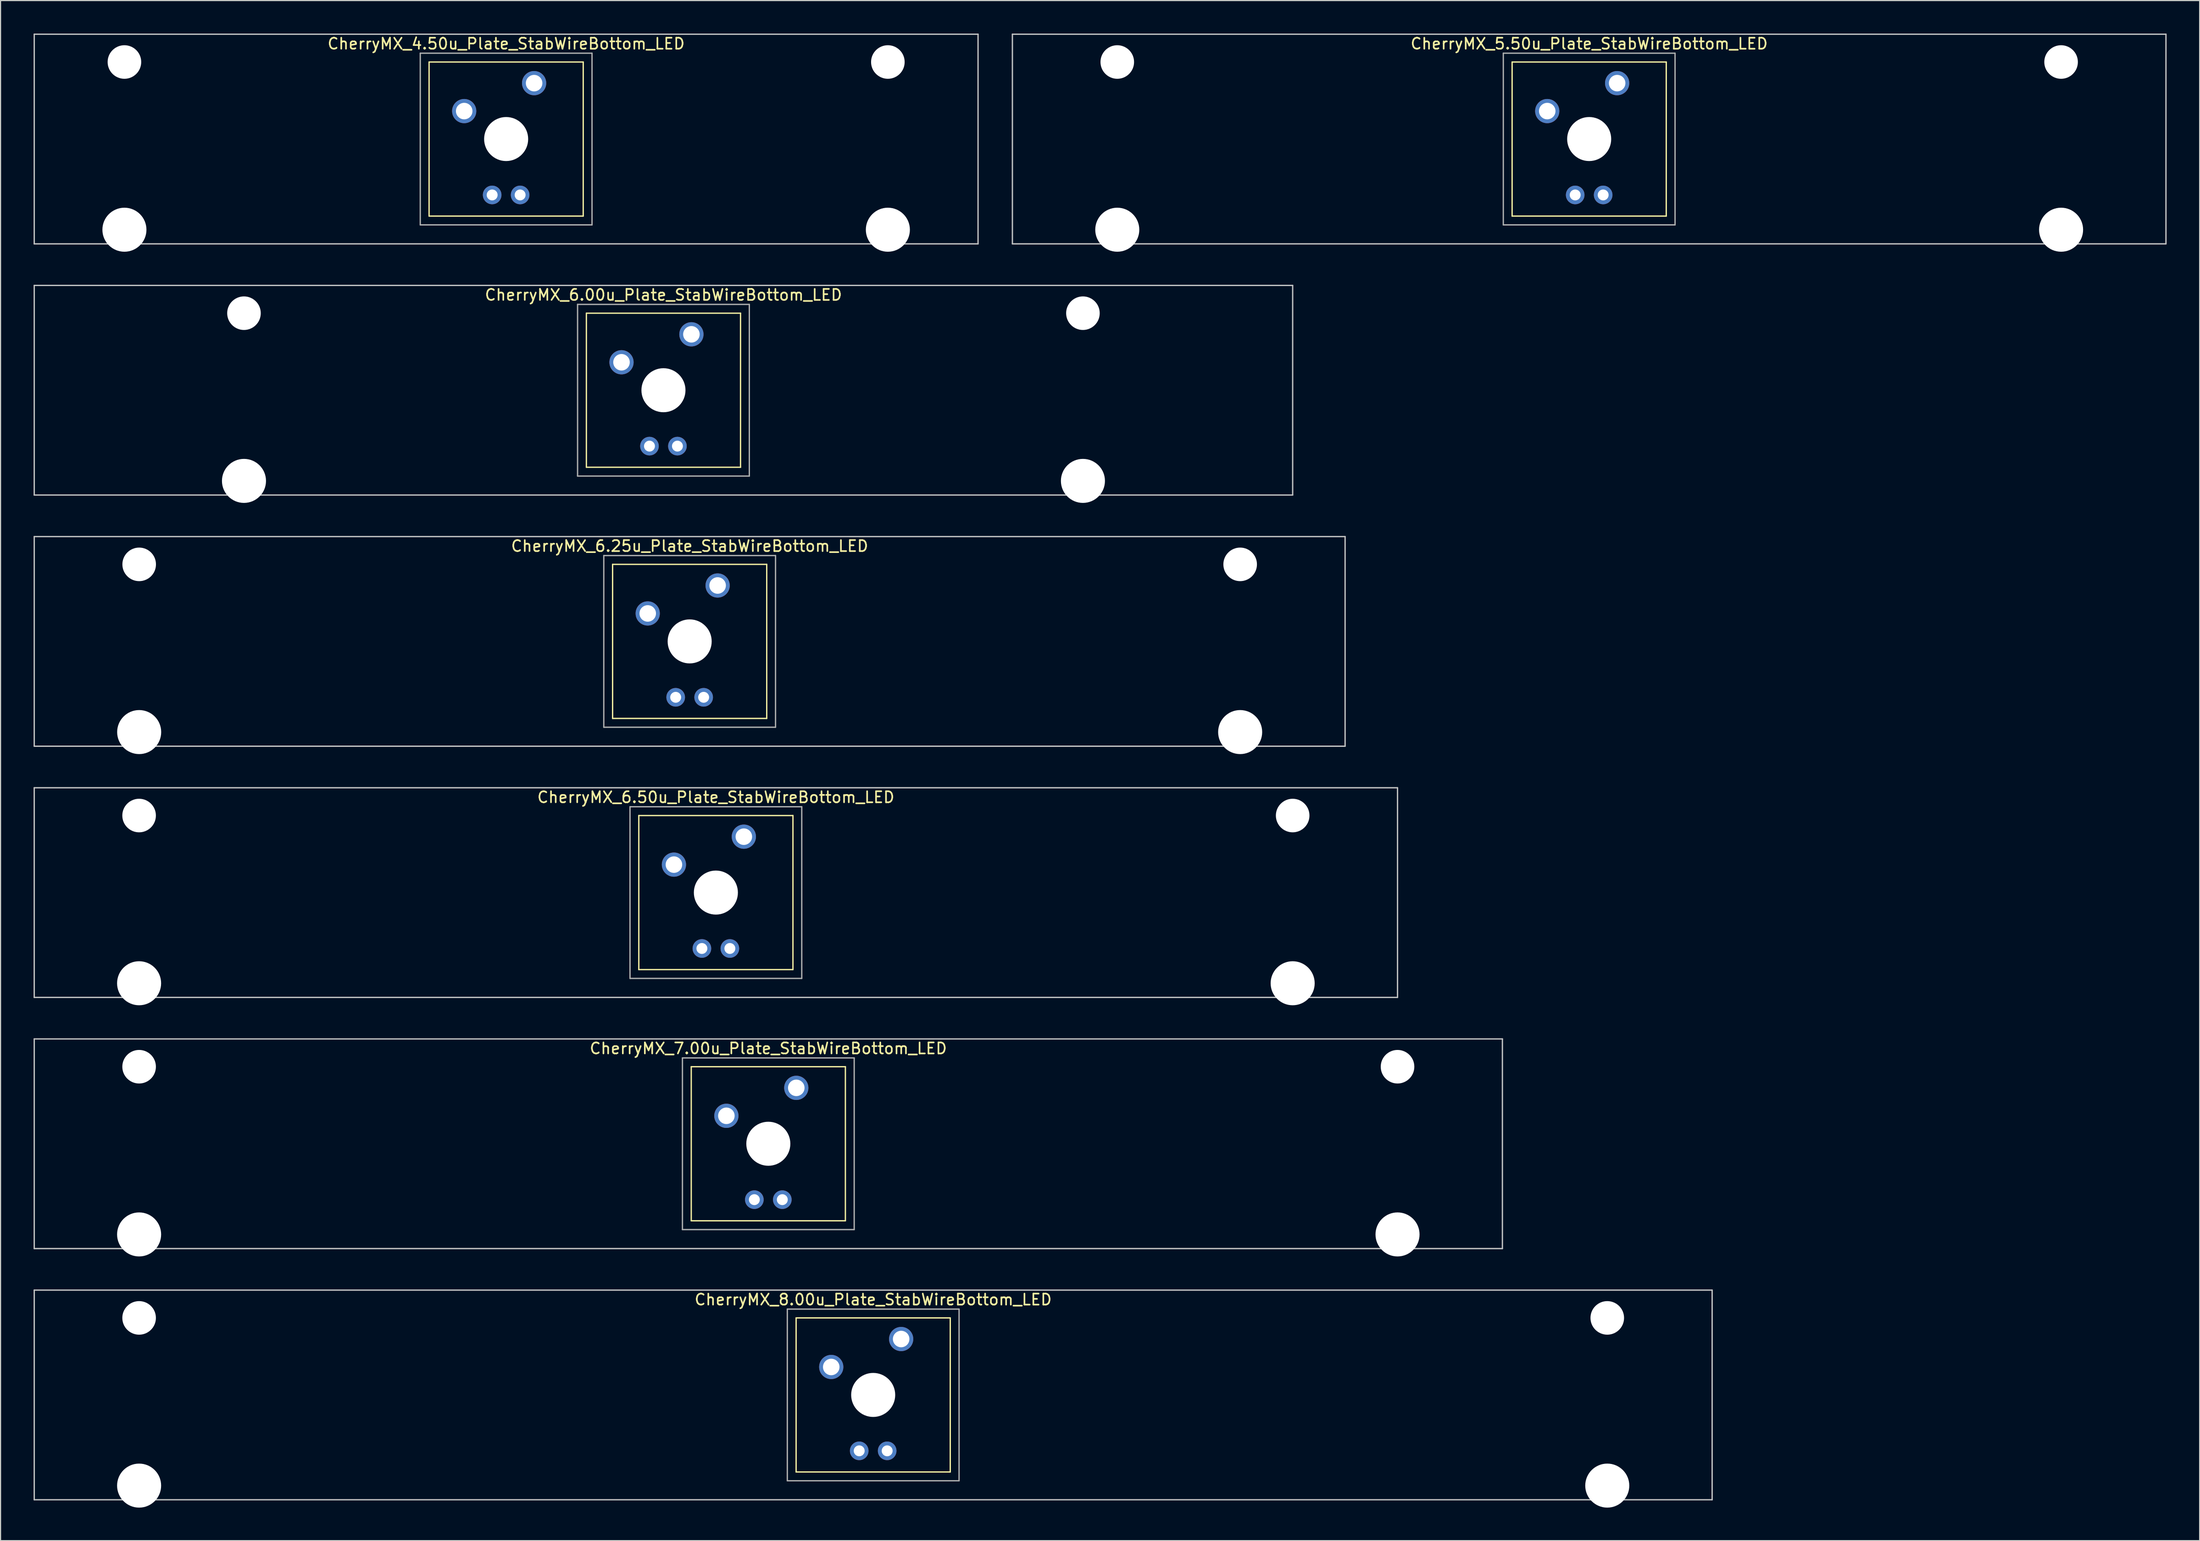
<source format=kicad_pcb>
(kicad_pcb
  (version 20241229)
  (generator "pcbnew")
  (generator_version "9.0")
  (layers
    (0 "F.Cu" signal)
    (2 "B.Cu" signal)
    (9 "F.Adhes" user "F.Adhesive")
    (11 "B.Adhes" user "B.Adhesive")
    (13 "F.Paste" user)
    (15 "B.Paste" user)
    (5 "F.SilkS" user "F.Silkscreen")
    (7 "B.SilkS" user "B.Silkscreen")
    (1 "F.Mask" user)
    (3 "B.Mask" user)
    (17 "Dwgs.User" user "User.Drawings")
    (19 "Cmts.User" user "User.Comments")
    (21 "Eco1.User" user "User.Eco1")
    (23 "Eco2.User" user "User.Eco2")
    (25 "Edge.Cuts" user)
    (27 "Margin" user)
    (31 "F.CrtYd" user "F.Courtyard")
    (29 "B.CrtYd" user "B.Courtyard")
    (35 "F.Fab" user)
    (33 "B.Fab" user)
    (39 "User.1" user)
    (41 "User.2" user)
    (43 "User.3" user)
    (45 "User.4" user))
  (footprint "CherryMX_6.50u_Plate_StabWireBottom_LED"
    (layer "F.Cu")
    (at 61.972 78.06)
    (property "Reference" "CherryMX_6.50u_Plate_StabWireBottom_LED" (at 0 -8.662 0) (layer "F.SilkS") (effects (font (size 1 1) (thickness 0.15))))
    (attr through_hole)
    (fp_line (start -7 -7) (end -7 7) (stroke (width 0.12) (type solid)) (layer "F.SilkS"))
    (fp_line (start -7 -7) (end 7 -7) (stroke (width 0.12) (type solid)) (layer "F.SilkS"))
    (fp_line (start 7 -7) (end 7 7) (stroke (width 0.12) (type solid)) (layer "F.SilkS"))
    (fp_line (start 7 7) (end -7 7) (stroke (width 0.12) (type solid)) (layer "F.SilkS"))
    (fp_line (start -61.913 -9.525) (end 61.913 -9.525) (stroke (width 0.12) (type solid)) (layer "Dwgs.User"))
    (fp_line (start -61.913 9.525) (end -61.913 -9.525) (stroke (width 0.12) (type solid)) (layer "Dwgs.User"))
    (fp_line (start 61.913 -9.525) (end 61.913 9.525) (stroke (width 0.12) (type solid)) (layer "Dwgs.User"))
    (fp_line (start 61.913 9.525) (end -61.913 9.525) (stroke (width 0.12) (type solid)) (layer "Dwgs.User"))
    (fp_line (start -7.8 -7.8) (end -7.8 7.8) (stroke (width 0.12) (type solid)) (layer "F.Fab"))
    (fp_line (start -7.8 -7.8) (end 7.8 -7.8) (stroke (width 0.12) (type solid)) (layer "F.Fab"))
    (fp_line (start -7.8 7.8) (end 7.8 7.8) (stroke (width 0.12) (type solid)) (layer "F.Fab"))
    (fp_line (start 7.8 -7.8) (end 7.8 7.8) (stroke (width 0.12) (type solid)) (layer "F.Fab"))
    (pad "" np_thru_hole circle (at -52.388 -7) (size 3.05 3.05) (drill 3.05) (layers "*.Cu" "*.Mask"))
    (pad "" np_thru_hole circle (at -52.388 8.24) (size 4 4) (drill 4) (layers "*.Cu" "*.Mask"))
    (pad "" np_thru_hole circle (at 0 0) (size 4 4) (drill 4) (layers "*.Cu" "*.Mask"))
    (pad "" np_thru_hole circle (at 52.388 -7) (size 3.05 3.05) (drill 3.05) (layers "*.Cu" "*.Mask"))
    (pad "" np_thru_hole circle (at 52.388 8.24) (size 4 4) (drill 4) (layers "*.Cu" "*.Mask"))
    (pad "1" thru_hole circle (at -3.81 -2.54) (size 2.2 2.2) (drill 1.5) (layers "*.Cu" "*.Mask"))
    (pad "2" thru_hole circle (at 2.54 -5.08) (size 2.2 2.2) (drill 1.5) (layers "*.Cu" "*.Mask"))
    (pad "3" thru_hole circle (at -1.27 5.08) (size 1.691 1.691) (drill 0.991) (layers "*.Cu" "*.Mask"))
    (pad "4" thru_hole circle (at 1.27 5.08) (size 1.691 1.691) (drill 0.991) (layers "*.Cu" "*.Mask")))
  (footprint "CherryMX_6.00u_Plate_StabWireBottom_LED"
    (layer "F.Cu")
    (at 57.21 32.41)
    (property "Reference" "CherryMX_6.00u_Plate_StabWireBottom_LED" (at 0 -8.662 0) (layer "F.SilkS") (effects (font (size 1 1) (thickness 0.15))))
    (attr through_hole)
    (fp_line (start -7 -7) (end -7 7) (stroke (width 0.12) (type solid)) (layer "F.SilkS"))
    (fp_line (start -7 -7) (end 7 -7) (stroke (width 0.12) (type solid)) (layer "F.SilkS"))
    (fp_line (start 7 -7) (end 7 7) (stroke (width 0.12) (type solid)) (layer "F.SilkS"))
    (fp_line (start 7 7) (end -7 7) (stroke (width 0.12) (type solid)) (layer "F.SilkS"))
    (fp_line (start -57.15 -9.525) (end 57.15 -9.525) (stroke (width 0.12) (type solid)) (layer "Dwgs.User"))
    (fp_line (start -57.15 9.525) (end -57.15 -9.525) (stroke (width 0.12) (type solid)) (layer "Dwgs.User"))
    (fp_line (start 57.15 -9.525) (end 57.15 9.525) (stroke (width 0.12) (type solid)) (layer "Dwgs.User"))
    (fp_line (start 57.15 9.525) (end -57.15 9.525) (stroke (width 0.12) (type solid)) (layer "Dwgs.User"))
    (fp_line (start -7.8 -7.8) (end -7.8 7.8) (stroke (width 0.12) (type solid)) (layer "F.Fab"))
    (fp_line (start -7.8 -7.8) (end 7.8 -7.8) (stroke (width 0.12) (type solid)) (layer "F.Fab"))
    (fp_line (start -7.8 7.8) (end 7.8 7.8) (stroke (width 0.12) (type solid)) (layer "F.Fab"))
    (fp_line (start 7.8 -7.8) (end 7.8 7.8) (stroke (width 0.12) (type solid)) (layer "F.Fab"))
    (pad "" np_thru_hole circle (at -38.1 -7) (size 3.05 3.05) (drill 3.05) (layers "*.Cu" "*.Mask"))
    (pad "" np_thru_hole circle (at -38.1 8.24) (size 4 4) (drill 4) (layers "*.Cu" "*.Mask"))
    (pad "" np_thru_hole circle (at 0 0) (size 4 4) (drill 4) (layers "*.Cu" "*.Mask"))
    (pad "" np_thru_hole circle (at 38.1 -7) (size 3.05 3.05) (drill 3.05) (layers "*.Cu" "*.Mask"))
    (pad "" np_thru_hole circle (at 38.1 8.24) (size 4 4) (drill 4) (layers "*.Cu" "*.Mask"))
    (pad "1" thru_hole circle (at -3.81 -2.54) (size 2.2 2.2) (drill 1.5) (layers "*.Cu" "*.Mask"))
    (pad "2" thru_hole circle (at 2.54 -5.08) (size 2.2 2.2) (drill 1.5) (layers "*.Cu" "*.Mask"))
    (pad "3" thru_hole circle (at -1.27 5.08) (size 1.691 1.691) (drill 0.991) (layers "*.Cu" "*.Mask"))
    (pad "4" thru_hole circle (at 1.27 5.08) (size 1.691 1.691) (drill 0.991) (layers "*.Cu" "*.Mask")))
  (footprint "CherryMX_5.50u_Plate_StabWireBottom_LED"
    (layer "F.Cu")
    (at 141.292 9.585)
    (property "Reference" "CherryMX_5.50u_Plate_StabWireBottom_LED" (at 0 -8.662 0) (layer "F.SilkS") (effects (font (size 1 1) (thickness 0.15))))
    (attr through_hole)
    (fp_line (start -7 -7) (end -7 7) (stroke (width 0.12) (type solid)) (layer "F.SilkS"))
    (fp_line (start -7 -7) (end 7 -7) (stroke (width 0.12) (type solid)) (layer "F.SilkS"))
    (fp_line (start 7 -7) (end 7 7) (stroke (width 0.12) (type solid)) (layer "F.SilkS"))
    (fp_line (start 7 7) (end -7 7) (stroke (width 0.12) (type solid)) (layer "F.SilkS"))
    (fp_line (start -52.388 -9.525) (end 52.388 -9.525) (stroke (width 0.12) (type solid)) (layer "Dwgs.User"))
    (fp_line (start -52.388 9.525) (end -52.388 -9.525) (stroke (width 0.12) (type solid)) (layer "Dwgs.User"))
    (fp_line (start 52.388 -9.525) (end 52.388 9.525) (stroke (width 0.12) (type solid)) (layer "Dwgs.User"))
    (fp_line (start 52.388 9.525) (end -52.388 9.525) (stroke (width 0.12) (type solid)) (layer "Dwgs.User"))
    (fp_line (start -7.8 -7.8) (end -7.8 7.8) (stroke (width 0.12) (type solid)) (layer "F.Fab"))
    (fp_line (start -7.8 -7.8) (end 7.8 -7.8) (stroke (width 0.12) (type solid)) (layer "F.Fab"))
    (fp_line (start -7.8 7.8) (end 7.8 7.8) (stroke (width 0.12) (type solid)) (layer "F.Fab"))
    (fp_line (start 7.8 -7.8) (end 7.8 7.8) (stroke (width 0.12) (type solid)) (layer "F.Fab"))
    (pad "" np_thru_hole circle (at -42.862 -7) (size 3.05 3.05) (drill 3.05) (layers "*.Cu" "*.Mask"))
    (pad "" np_thru_hole circle (at -42.862 8.24) (size 4 4) (drill 4) (layers "*.Cu" "*.Mask"))
    (pad "" np_thru_hole circle (at 0 0) (size 4 4) (drill 4) (layers "*.Cu" "*.Mask"))
    (pad "" np_thru_hole circle (at 42.862 -7) (size 3.05 3.05) (drill 3.05) (layers "*.Cu" "*.Mask"))
    (pad "" np_thru_hole circle (at 42.862 8.24) (size 4 4) (drill 4) (layers "*.Cu" "*.Mask"))
    (pad "1" thru_hole circle (at -3.81 -2.54) (size 2.2 2.2) (drill 1.5) (layers "*.Cu" "*.Mask"))
    (pad "2" thru_hole circle (at 2.54 -5.08) (size 2.2 2.2) (drill 1.5) (layers "*.Cu" "*.Mask"))
    (pad "3" thru_hole circle (at -1.27 5.08) (size 1.691 1.691) (drill 0.991) (layers "*.Cu" "*.Mask"))
    (pad "4" thru_hole circle (at 1.27 5.08) (size 1.691 1.691) (drill 0.991) (layers "*.Cu" "*.Mask")))
  (footprint "CherryMX_4.50u_Plate_StabWireBottom_LED"
    (layer "F.Cu")
    (at 42.922 9.585)
    (property "Reference" "CherryMX_4.50u_Plate_StabWireBottom_LED" (at 0 -8.662 0) (layer "F.SilkS") (effects (font (size 1 1) (thickness 0.15))))
    (attr through_hole)
    (fp_line (start -7 -7) (end -7 7) (stroke (width 0.12) (type solid)) (layer "F.SilkS"))
    (fp_line (start -7 -7) (end 7 -7) (stroke (width 0.12) (type solid)) (layer "F.SilkS"))
    (fp_line (start 7 -7) (end 7 7) (stroke (width 0.12) (type solid)) (layer "F.SilkS"))
    (fp_line (start 7 7) (end -7 7) (stroke (width 0.12) (type solid)) (layer "F.SilkS"))
    (fp_line (start -42.862 -9.525) (end 42.862 -9.525) (stroke (width 0.12) (type solid)) (layer "Dwgs.User"))
    (fp_line (start -42.862 9.525) (end -42.862 -9.525) (stroke (width 0.12) (type solid)) (layer "Dwgs.User"))
    (fp_line (start 42.862 -9.525) (end 42.862 9.525) (stroke (width 0.12) (type solid)) (layer "Dwgs.User"))
    (fp_line (start 42.862 9.525) (end -42.862 9.525) (stroke (width 0.12) (type solid)) (layer "Dwgs.User"))
    (fp_line (start -7.8 -7.8) (end -7.8 7.8) (stroke (width 0.12) (type solid)) (layer "F.Fab"))
    (fp_line (start -7.8 -7.8) (end 7.8 -7.8) (stroke (width 0.12) (type solid)) (layer "F.Fab"))
    (fp_line (start -7.8 7.8) (end 7.8 7.8) (stroke (width 0.12) (type solid)) (layer "F.Fab"))
    (fp_line (start 7.8 -7.8) (end 7.8 7.8) (stroke (width 0.12) (type solid)) (layer "F.Fab"))
    (pad "" np_thru_hole circle (at -34.671 -7) (size 3.05 3.05) (drill 3.05) (layers "*.Cu" "*.Mask"))
    (pad "" np_thru_hole circle (at -34.671 8.24) (size 4 4) (drill 4) (layers "*.Cu" "*.Mask"))
    (pad "" np_thru_hole circle (at 0 0) (size 4 4) (drill 4) (layers "*.Cu" "*.Mask"))
    (pad "" np_thru_hole circle (at 34.671 -7) (size 3.05 3.05) (drill 3.05) (layers "*.Cu" "*.Mask"))
    (pad "" np_thru_hole circle (at 34.671 8.24) (size 4 4) (drill 4) (layers "*.Cu" "*.Mask"))
    (pad "1" thru_hole circle (at -3.81 -2.54) (size 2.2 2.2) (drill 1.5) (layers "*.Cu" "*.Mask"))
    (pad "2" thru_hole circle (at 2.54 -5.08) (size 2.2 2.2) (drill 1.5) (layers "*.Cu" "*.Mask"))
    (pad "3" thru_hole circle (at -1.27 5.08) (size 1.691 1.691) (drill 0.991) (layers "*.Cu" "*.Mask"))
    (pad "4" thru_hole circle (at 1.27 5.08) (size 1.691 1.691) (drill 0.991) (layers "*.Cu" "*.Mask")))
  (footprint "CherryMX_7.00u_Plate_StabWireBottom_LED"
    (layer "F.Cu")
    (at 66.735 100.885)
    (property "Reference" "CherryMX_7.00u_Plate_StabWireBottom_LED" (at 0 -8.662 0) (layer "F.SilkS") (effects (font (size 1 1) (thickness 0.15))))
    (attr through_hole)
    (fp_line (start -7 -7) (end -7 7) (stroke (width 0.12) (type solid)) (layer "F.SilkS"))
    (fp_line (start -7 -7) (end 7 -7) (stroke (width 0.12) (type solid)) (layer "F.SilkS"))
    (fp_line (start 7 -7) (end 7 7) (stroke (width 0.12) (type solid)) (layer "F.SilkS"))
    (fp_line (start 7 7) (end -7 7) (stroke (width 0.12) (type solid)) (layer "F.SilkS"))
    (fp_line (start -66.675 -9.525) (end 66.675 -9.525) (stroke (width 0.12) (type solid)) (layer "Dwgs.User"))
    (fp_line (start -66.675 9.525) (end -66.675 -9.525) (stroke (width 0.12) (type solid)) (layer "Dwgs.User"))
    (fp_line (start 66.675 -9.525) (end 66.675 9.525) (stroke (width 0.12) (type solid)) (layer "Dwgs.User"))
    (fp_line (start 66.675 9.525) (end -66.675 9.525) (stroke (width 0.12) (type solid)) (layer "Dwgs.User"))
    (fp_line (start -7.8 -7.8) (end -7.8 7.8) (stroke (width 0.12) (type solid)) (layer "F.Fab"))
    (fp_line (start -7.8 -7.8) (end 7.8 -7.8) (stroke (width 0.12) (type solid)) (layer "F.Fab"))
    (fp_line (start -7.8 7.8) (end 7.8 7.8) (stroke (width 0.12) (type solid)) (layer "F.Fab"))
    (fp_line (start 7.8 -7.8) (end 7.8 7.8) (stroke (width 0.12) (type solid)) (layer "F.Fab"))
    (pad "" np_thru_hole circle (at -57.15 -7) (size 3.05 3.05) (drill 3.05) (layers "*.Cu" "*.Mask"))
    (pad "" np_thru_hole circle (at -57.15 8.24) (size 4 4) (drill 4) (layers "*.Cu" "*.Mask"))
    (pad "" np_thru_hole circle (at 0 0) (size 4 4) (drill 4) (layers "*.Cu" "*.Mask"))
    (pad "" np_thru_hole circle (at 57.15 -7) (size 3.05 3.05) (drill 3.05) (layers "*.Cu" "*.Mask"))
    (pad "" np_thru_hole circle (at 57.15 8.24) (size 4 4) (drill 4) (layers "*.Cu" "*.Mask"))
    (pad "1" thru_hole circle (at -3.81 -2.54) (size 2.2 2.2) (drill 1.5) (layers "*.Cu" "*.Mask"))
    (pad "2" thru_hole circle (at 2.54 -5.08) (size 2.2 2.2) (drill 1.5) (layers "*.Cu" "*.Mask"))
    (pad "3" thru_hole circle (at -1.27 5.08) (size 1.691 1.691) (drill 0.991) (layers "*.Cu" "*.Mask"))
    (pad "4" thru_hole circle (at 1.27 5.08) (size 1.691 1.691) (drill 0.991) (layers "*.Cu" "*.Mask")))
  (footprint "CherryMX_6.25u_Plate_StabWireBottom_LED"
    (layer "F.Cu")
    (at 59.591 55.235)
    (property "Reference" "CherryMX_6.25u_Plate_StabWireBottom_LED" (at 0 -8.662 0) (layer "F.SilkS") (effects (font (size 1 1) (thickness 0.15))))
    (attr through_hole)
    (fp_line (start -7 -7) (end -7 7) (stroke (width 0.12) (type solid)) (layer "F.SilkS"))
    (fp_line (start -7 -7) (end 7 -7) (stroke (width 0.12) (type solid)) (layer "F.SilkS"))
    (fp_line (start 7 -7) (end 7 7) (stroke (width 0.12) (type solid)) (layer "F.SilkS"))
    (fp_line (start 7 7) (end -7 7) (stroke (width 0.12) (type solid)) (layer "F.SilkS"))
    (fp_line (start -59.531 -9.525) (end 59.531 -9.525) (stroke (width 0.12) (type solid)) (layer "Dwgs.User"))
    (fp_line (start -59.531 9.525) (end -59.531 -9.525) (stroke (width 0.12) (type solid)) (layer "Dwgs.User"))
    (fp_line (start 59.531 -9.525) (end 59.531 9.525) (stroke (width 0.12) (type solid)) (layer "Dwgs.User"))
    (fp_line (start 59.531 9.525) (end -59.531 9.525) (stroke (width 0.12) (type solid)) (layer "Dwgs.User"))
    (fp_line (start -7.8 -7.8) (end -7.8 7.8) (stroke (width 0.12) (type solid)) (layer "F.Fab"))
    (fp_line (start -7.8 -7.8) (end 7.8 -7.8) (stroke (width 0.12) (type solid)) (layer "F.Fab"))
    (fp_line (start -7.8 7.8) (end 7.8 7.8) (stroke (width 0.12) (type solid)) (layer "F.Fab"))
    (fp_line (start 7.8 -7.8) (end 7.8 7.8) (stroke (width 0.12) (type solid)) (layer "F.Fab"))
    (pad "" np_thru_hole circle (at -50 -7) (size 3.05 3.05) (drill 3.05) (layers "*.Cu" "*.Mask"))
    (pad "" np_thru_hole circle (at -50 8.24) (size 4 4) (drill 4) (layers "*.Cu" "*.Mask"))
    (pad "" np_thru_hole circle (at 0 0) (size 4 4) (drill 4) (layers "*.Cu" "*.Mask"))
    (pad "" np_thru_hole circle (at 50 -7) (size 3.05 3.05) (drill 3.05) (layers "*.Cu" "*.Mask"))
    (pad "" np_thru_hole circle (at 50 8.24) (size 4 4) (drill 4) (layers "*.Cu" "*.Mask"))
    (pad "1" thru_hole circle (at -3.81 -2.54) (size 2.2 2.2) (drill 1.5) (layers "*.Cu" "*.Mask"))
    (pad "2" thru_hole circle (at 2.54 -5.08) (size 2.2 2.2) (drill 1.5) (layers "*.Cu" "*.Mask"))
    (pad "3" thru_hole circle (at -1.27 5.08) (size 1.691 1.691) (drill 0.991) (layers "*.Cu" "*.Mask"))
    (pad "4" thru_hole circle (at 1.27 5.08) (size 1.691 1.691) (drill 0.991) (layers "*.Cu" "*.Mask")))
  (footprint "CherryMX_8.00u_Plate_StabWireBottom_LED"
    (layer "F.Cu")
    (at 76.26 123.71)
    (property "Reference" "CherryMX_8.00u_Plate_StabWireBottom_LED" (at 0 -8.662 0) (layer "F.SilkS") (effects (font (size 1 1) (thickness 0.15))))
    (attr through_hole)
    (fp_line (start -7 -7) (end -7 7) (stroke (width 0.12) (type solid)) (layer "F.SilkS"))
    (fp_line (start -7 -7) (end 7 -7) (stroke (width 0.12) (type solid)) (layer "F.SilkS"))
    (fp_line (start 7 -7) (end 7 7) (stroke (width 0.12) (type solid)) (layer "F.SilkS"))
    (fp_line (start 7 7) (end -7 7) (stroke (width 0.12) (type solid)) (layer "F.SilkS"))
    (fp_line (start -76.2 -9.525) (end 76.2 -9.525) (stroke (width 0.12) (type solid)) (layer "Dwgs.User"))
    (fp_line (start -76.2 9.525) (end -76.2 -9.525) (stroke (width 0.12) (type solid)) (layer "Dwgs.User"))
    (fp_line (start 76.2 -9.525) (end 76.2 9.525) (stroke (width 0.12) (type solid)) (layer "Dwgs.User"))
    (fp_line (start 76.2 9.525) (end -76.2 9.525) (stroke (width 0.12) (type solid)) (layer "Dwgs.User"))
    (fp_line (start -7.8 -7.8) (end -7.8 7.8) (stroke (width 0.12) (type solid)) (layer "F.Fab"))
    (fp_line (start -7.8 -7.8) (end 7.8 -7.8) (stroke (width 0.12) (type solid)) (layer "F.Fab"))
    (fp_line (start -7.8 7.8) (end 7.8 7.8) (stroke (width 0.12) (type solid)) (layer "F.Fab"))
    (fp_line (start 7.8 -7.8) (end 7.8 7.8) (stroke (width 0.12) (type solid)) (layer "F.Fab"))
    (pad "" np_thru_hole circle (at -66.675 -7) (size 3.05 3.05) (drill 3.05) (layers "*.Cu" "*.Mask"))
    (pad "" np_thru_hole circle (at -66.675 8.24) (size 4 4) (drill 4) (layers "*.Cu" "*.Mask"))
    (pad "" np_thru_hole circle (at 0 0) (size 4 4) (drill 4) (layers "*.Cu" "*.Mask"))
    (pad "" np_thru_hole circle (at 66.675 -7) (size 3.05 3.05) (drill 3.05) (layers "*.Cu" "*.Mask"))
    (pad "" np_thru_hole circle (at 66.675 8.24) (size 4 4) (drill 4) (layers "*.Cu" "*.Mask"))
    (pad "1" thru_hole circle (at -3.81 -2.54) (size 2.2 2.2) (drill 1.5) (layers "*.Cu" "*.Mask"))
    (pad "2" thru_hole circle (at 2.54 -5.08) (size 2.2 2.2) (drill 1.5) (layers "*.Cu" "*.Mask"))
    (pad "3" thru_hole circle (at -1.27 5.08) (size 1.691 1.691) (drill 0.991) (layers "*.Cu" "*.Mask"))
    (pad "4" thru_hole circle (at 1.27 5.08) (size 1.691 1.691) (drill 0.991) (layers "*.Cu" "*.Mask")))
  (gr_rect
    (start -3 -3)
    (end 196.74 136.95)
    (stroke (width 0.1) (type default))
    (fill no)
    (layer "Edge.Cuts")))
</source>
